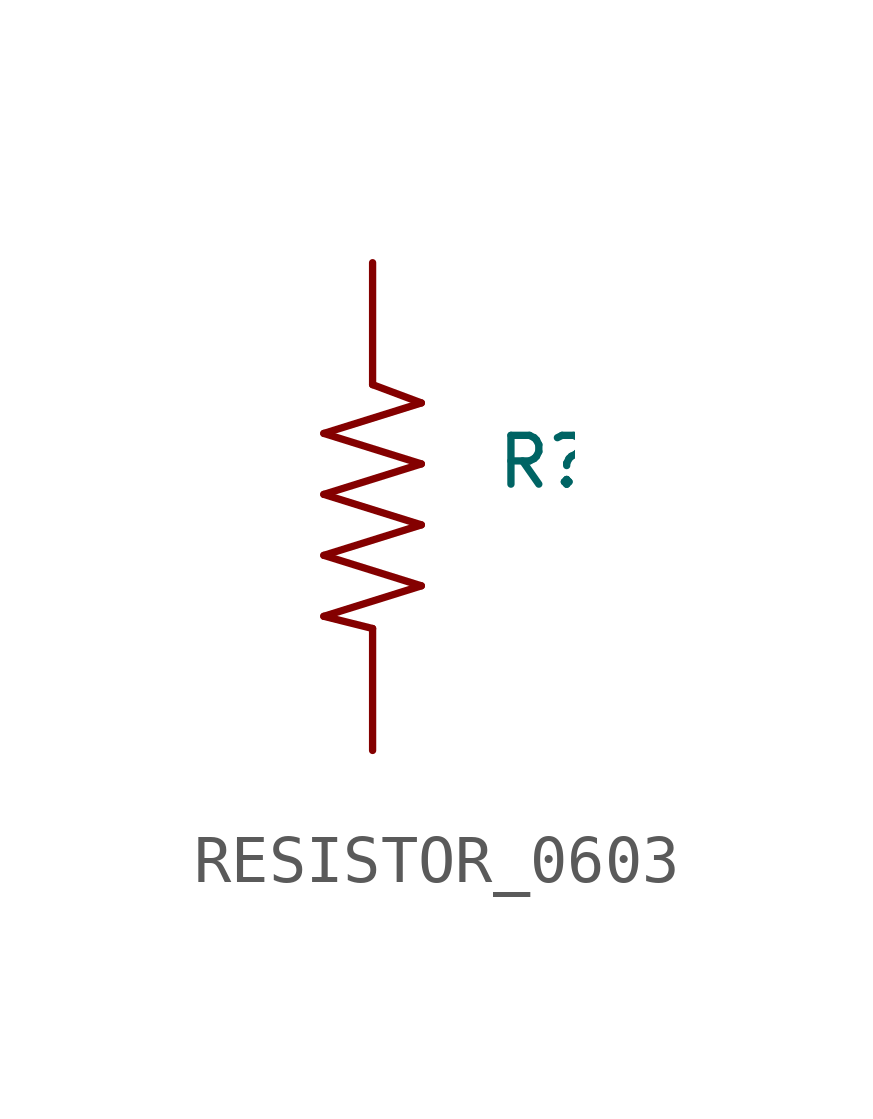
<source format=kicad_sym>
(kicad_symbol_lib
  (version 20241209)
  (generator "kicad_symbol_editor")
  (generator_version "9.0")
  (symbol "RESISTOR_0603"
    (property "Reference" "R"
      (at 2.54 1.524 0)
      (effects (font (size 1.016 1.016)) (justify left top)))
    (property "Value" ""
      (at 2.54 -1.524 0)
      (effects (font (size 1.016 1.016)) (justify left bottom)))
    (property "ki_locked" ""
      (at 0 0 0)
      (effects (font (size 1.27 1.27))))
    (symbol "RESISTOR_0603_1_0"
      (polyline (pts (xy -1.016 1.524) (xy 1.016 0.889)) (stroke (width 0.152) (type solid)) (fill (type none)))
      (polyline (pts (xy -1.016 0.254) (xy 1.016 -0.381)) (stroke (width 0.152) (type solid)) (fill (type none)))
      (polyline (pts (xy -1.016 -1.016) (xy 1.016 -1.651)) (stroke (width 0.152) (type solid)) (fill (type none)))
      (polyline (pts (xy -1.016 -2.286) (xy 0 -2.54)) (stroke (width 0.152) (type solid)) (fill (type none)))
      (polyline (pts (xy 0 2.54) (xy 1.016 2.159)) (stroke (width 0.152) (type solid)) (fill (type none)))
      (polyline (pts (xy 1.016 2.159) (xy -1.016 1.524)) (stroke (width 0.152) (type solid)) (fill (type none)))
      (polyline (pts (xy 1.016 0.889) (xy -1.016 0.254)) (stroke (width 0.152) (type solid)) (fill (type none)))
      (polyline (pts (xy 1.016 -0.381) (xy -1.016 -1.016)) (stroke (width 0.152) (type solid)) (fill (type none)))
      (polyline (pts (xy 1.016 -1.651) (xy -1.016 -2.286)) (stroke (width 0.152) (type solid)) (fill (type none)))
      (pin passive line (at 0 5.08 270) (length 2.54) (name "P$1" (effects (font (size 0 0)))) (number "P$1" (effects (font (size 0 0)))))
      (pin passive line (at 0 -5.08 90) (length 2.54) (name "P$2" (effects (font (size 0 0)))) (number "P$2" (effects (font (size 0 0))))))))
</source>
